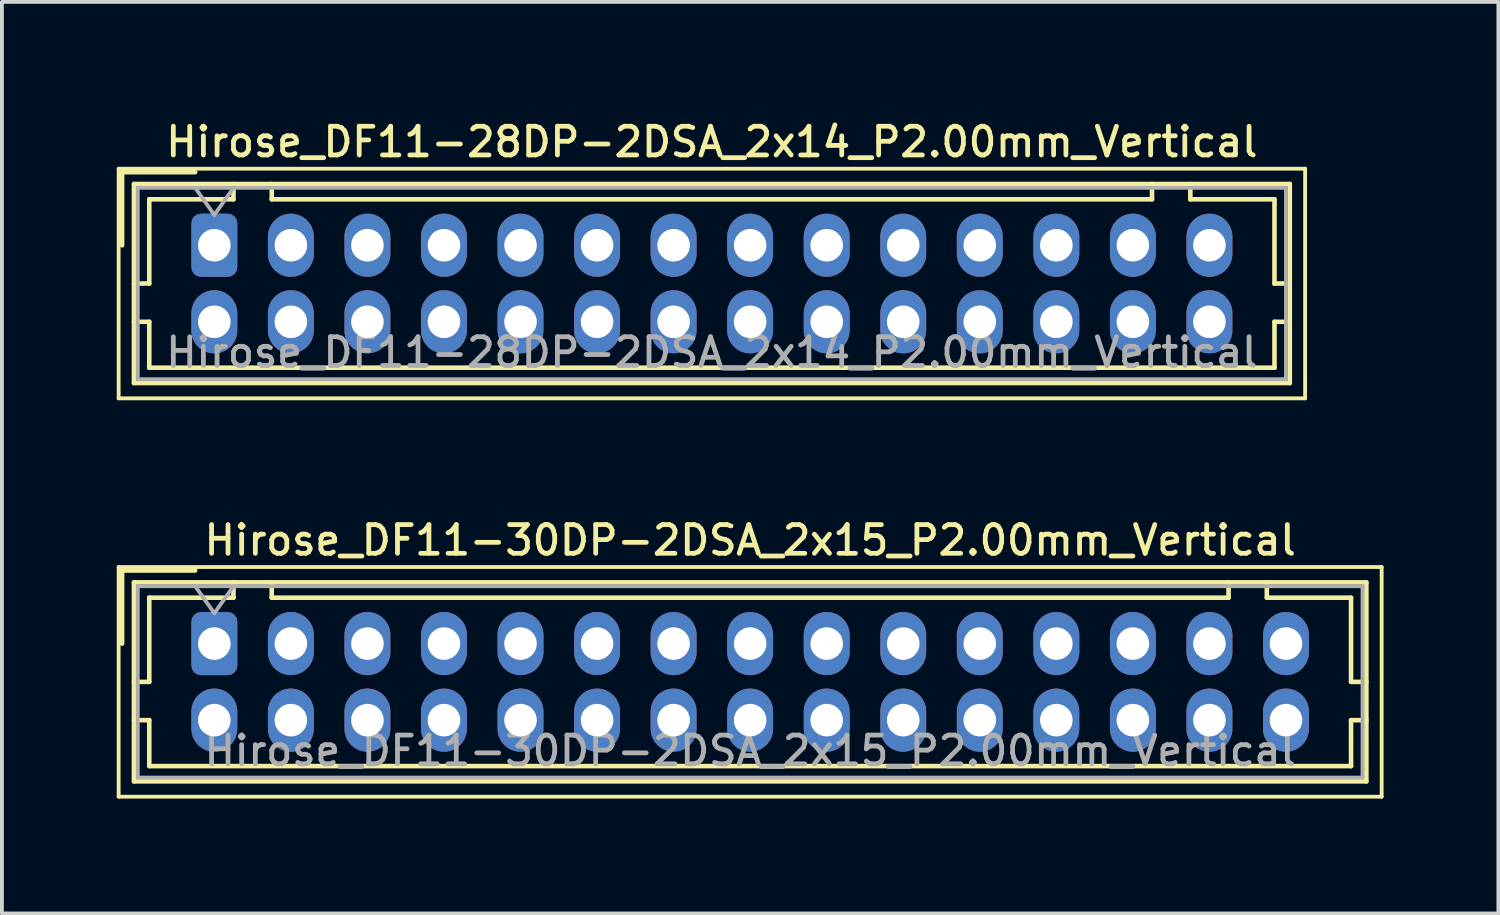
<source format=kicad_pcb>
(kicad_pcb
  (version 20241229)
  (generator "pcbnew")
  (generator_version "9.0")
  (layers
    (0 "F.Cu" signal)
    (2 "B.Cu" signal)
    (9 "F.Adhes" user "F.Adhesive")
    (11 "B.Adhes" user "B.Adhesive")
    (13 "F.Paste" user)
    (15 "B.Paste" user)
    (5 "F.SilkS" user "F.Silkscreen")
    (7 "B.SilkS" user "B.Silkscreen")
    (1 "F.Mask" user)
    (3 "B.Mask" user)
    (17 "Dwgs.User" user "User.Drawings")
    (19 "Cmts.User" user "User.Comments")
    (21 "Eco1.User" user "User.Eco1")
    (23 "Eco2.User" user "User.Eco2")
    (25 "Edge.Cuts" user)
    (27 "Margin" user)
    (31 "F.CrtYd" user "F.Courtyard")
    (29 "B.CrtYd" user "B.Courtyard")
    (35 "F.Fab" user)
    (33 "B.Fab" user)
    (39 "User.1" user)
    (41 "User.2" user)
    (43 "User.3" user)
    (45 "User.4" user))
  (footprint "Hirose_DF11-28DP-2DSA_2x14_P2.00mm_Vertical"
    (layer "F.Cu")
    (at 2.55 3.358)
    (property "Reference" "Hirose_DF11-28DP-2DSA_2x14_P2.00mm_Vertical" (at 13 -2.7 0) (layer "F.SilkS") (effects (font (size 0.75 0.75) (thickness 0.125))))
    (attr through_hole)
    (fp_line (start -2.5 -2) (end -2.5 4) (stroke (width 0.1) (type solid)) (layer "F.SilkS"))
    (fp_line (start -2.5 4) (end 28.5 4) (stroke (width 0.1) (type solid)) (layer "F.SilkS"))
    (fp_line (start -2.41 -1.91) (end -0.5 -1.91) (stroke (width 0.12) (type solid)) (layer "F.SilkS"))
    (fp_line (start -2.41 0) (end -2.41 -1.91) (stroke (width 0.12) (type solid)) (layer "F.SilkS"))
    (fp_line (start -2.1 -1.6) (end -2.1 3.6) (stroke (width 0.12) (type solid)) (layer "F.SilkS"))
    (fp_line (start -2.1 1) (end -1.7 1) (stroke (width 0.12) (type solid)) (layer "F.SilkS"))
    (fp_line (start -2.1 2) (end -1.7 2) (stroke (width 0.12) (type solid)) (layer "F.SilkS"))
    (fp_line (start -2.1 3.6) (end 28.1 3.6) (stroke (width 0.12) (type solid)) (layer "F.SilkS"))
    (fp_line (start -1.7 -1.2) (end 0.5 -1.2) (stroke (width 0.12) (type solid)) (layer "F.SilkS"))
    (fp_line (start -1.7 1) (end -1.7 -1.2) (stroke (width 0.12) (type solid)) (layer "F.SilkS"))
    (fp_line (start -1.7 2) (end -1.7 3.2) (stroke (width 0.12) (type solid)) (layer "F.SilkS"))
    (fp_line (start -1.7 3.2) (end 27.7 3.2) (stroke (width 0.12) (type solid)) (layer "F.SilkS"))
    (fp_line (start 0.5 -1.2) (end 0.5 -1.6) (stroke (width 0.12) (type solid)) (layer "F.SilkS"))
    (fp_line (start 1.5 -1.6) (end 1.5 -1.2) (stroke (width 0.12) (type solid)) (layer "F.SilkS"))
    (fp_line (start 1.5 -1.2) (end 24.5 -1.2) (stroke (width 0.12) (type solid)) (layer "F.SilkS"))
    (fp_line (start 24.5 -1.2) (end 24.5 -1.6) (stroke (width 0.12) (type solid)) (layer "F.SilkS"))
    (fp_line (start 25.5 -1.2) (end 25.5 -1.6) (stroke (width 0.12) (type solid)) (layer "F.SilkS"))
    (fp_line (start 27.7 -1.2) (end 25.5 -1.2) (stroke (width 0.12) (type solid)) (layer "F.SilkS"))
    (fp_line (start 27.7 1) (end 27.7 -1.2) (stroke (width 0.12) (type solid)) (layer "F.SilkS"))
    (fp_line (start 27.7 2) (end 28.1 2) (stroke (width 0.12) (type solid)) (layer "F.SilkS"))
    (fp_line (start 27.7 3.2) (end 27.7 2) (stroke (width 0.12) (type solid)) (layer "F.SilkS"))
    (fp_line (start 28.1 -1.6) (end -2.1 -1.6) (stroke (width 0.12) (type solid)) (layer "F.SilkS"))
    (fp_line (start 28.1 1) (end 27.7 1) (stroke (width 0.12) (type solid)) (layer "F.SilkS"))
    (fp_line (start 28.1 3.6) (end 28.1 -1.6) (stroke (width 0.12) (type solid)) (layer "F.SilkS"))
    (fp_line (start 28.5 -2) (end -2.5 -2) (stroke (width 0.1) (type solid)) (layer "F.SilkS"))
    (fp_line (start 28.5 4) (end 28.5 -2) (stroke (width 0.1) (type solid)) (layer "F.SilkS"))
    (fp_line (start -2 -1.5) (end -2 3.5) (stroke (width 0.1) (type solid)) (layer "F.Fab"))
    (fp_line (start -2 3.5) (end 28 3.5) (stroke (width 0.1) (type solid)) (layer "F.Fab"))
    (fp_line (start -0.5 -1.5) (end 0 -0.793) (stroke (width 0.1) (type solid)) (layer "F.Fab"))
    (fp_line (start 0 -0.793) (end 0.5 -1.5) (stroke (width 0.1) (type solid)) (layer "F.Fab"))
    (fp_line (start 28 -1.5) (end -2 -1.5) (stroke (width 0.1) (type solid)) (layer "F.Fab"))
    (fp_line (start 28 3.5) (end 28 -1.5) (stroke (width 0.1) (type solid)) (layer "F.Fab"))
    (fp_text user "${REFERENCE}" (at 13 2.8 0) (layer "F.Fab") (effects (font (size 0.75 0.75) (thickness 0.125))))
    (pad "1" thru_hole roundrect (at 0 0) (size 1.2 1.65) (drill 0.85) (layers "*.Cu" "*.Mask") (roundrect_rratio 0.208))
    (pad "2" thru_hole oval (at 0 2) (size 1.2 1.65) (drill 0.85) (layers "*.Cu" "*.Mask"))
    (pad "3" thru_hole oval (at 2 0) (size 1.2 1.65) (drill 0.85) (layers "*.Cu" "*.Mask"))
    (pad "4" thru_hole oval (at 2 2) (size 1.2 1.65) (drill 0.85) (layers "*.Cu" "*.Mask"))
    (pad "5" thru_hole oval (at 4 0) (size 1.2 1.65) (drill 0.85) (layers "*.Cu" "*.Mask"))
    (pad "6" thru_hole oval (at 4 2) (size 1.2 1.65) (drill 0.85) (layers "*.Cu" "*.Mask"))
    (pad "7" thru_hole oval (at 6 0) (size 1.2 1.65) (drill 0.85) (layers "*.Cu" "*.Mask"))
    (pad "8" thru_hole oval (at 6 2) (size 1.2 1.65) (drill 0.85) (layers "*.Cu" "*.Mask"))
    (pad "9" thru_hole oval (at 8 0) (size 1.2 1.65) (drill 0.85) (layers "*.Cu" "*.Mask"))
    (pad "10" thru_hole oval (at 8 2) (size 1.2 1.65) (drill 0.85) (layers "*.Cu" "*.Mask"))
    (pad "11" thru_hole oval (at 10 0) (size 1.2 1.65) (drill 0.85) (layers "*.Cu" "*.Mask"))
    (pad "12" thru_hole oval (at 10 2) (size 1.2 1.65) (drill 0.85) (layers "*.Cu" "*.Mask"))
    (pad "13" thru_hole oval (at 12 0) (size 1.2 1.65) (drill 0.85) (layers "*.Cu" "*.Mask"))
    (pad "14" thru_hole oval (at 12 2) (size 1.2 1.65) (drill 0.85) (layers "*.Cu" "*.Mask"))
    (pad "15" thru_hole oval (at 14 0) (size 1.2 1.65) (drill 0.85) (layers "*.Cu" "*.Mask"))
    (pad "16" thru_hole oval (at 14 2) (size 1.2 1.65) (drill 0.85) (layers "*.Cu" "*.Mask"))
    (pad "17" thru_hole oval (at 16 0) (size 1.2 1.65) (drill 0.85) (layers "*.Cu" "*.Mask"))
    (pad "18" thru_hole oval (at 16 2) (size 1.2 1.65) (drill 0.85) (layers "*.Cu" "*.Mask"))
    (pad "19" thru_hole oval (at 18 0) (size 1.2 1.65) (drill 0.85) (layers "*.Cu" "*.Mask"))
    (pad "20" thru_hole oval (at 18 2) (size 1.2 1.65) (drill 0.85) (layers "*.Cu" "*.Mask"))
    (pad "21" thru_hole oval (at 20 0) (size 1.2 1.65) (drill 0.85) (layers "*.Cu" "*.Mask"))
    (pad "22" thru_hole oval (at 20 2) (size 1.2 1.65) (drill 0.85) (layers "*.Cu" "*.Mask"))
    (pad "23" thru_hole oval (at 22 0) (size 1.2 1.65) (drill 0.85) (layers "*.Cu" "*.Mask"))
    (pad "24" thru_hole oval (at 22 2) (size 1.2 1.65) (drill 0.85) (layers "*.Cu" "*.Mask"))
    (pad "25" thru_hole oval (at 24 0) (size 1.2 1.65) (drill 0.85) (layers "*.Cu" "*.Mask"))
    (pad "26" thru_hole oval (at 24 2) (size 1.2 1.65) (drill 0.85) (layers "*.Cu" "*.Mask"))
    (pad "27" thru_hole oval (at 26 0) (size 1.2 1.65) (drill 0.85) (layers "*.Cu" "*.Mask"))
    (pad "28" thru_hole oval (at 26 2) (size 1.2 1.65) (drill 0.85) (layers "*.Cu" "*.Mask")))
  (footprint "Hirose_DF11-30DP-2DSA_2x15_P2.00mm_Vertical"
    (layer "F.Cu")
    (at 2.55 13.766)
    (property "Reference" "Hirose_DF11-30DP-2DSA_2x15_P2.00mm_Vertical" (at 14 -2.7 0) (layer "F.SilkS") (effects (font (size 0.75 0.75) (thickness 0.125))))
    (attr through_hole)
    (fp_line (start -2.5 -2) (end -2.5 4) (stroke (width 0.1) (type solid)) (layer "F.SilkS"))
    (fp_line (start -2.5 4) (end 30.5 4) (stroke (width 0.1) (type solid)) (layer "F.SilkS"))
    (fp_line (start -2.41 -1.91) (end -0.5 -1.91) (stroke (width 0.12) (type solid)) (layer "F.SilkS"))
    (fp_line (start -2.41 0) (end -2.41 -1.91) (stroke (width 0.12) (type solid)) (layer "F.SilkS"))
    (fp_line (start -2.1 -1.6) (end -2.1 3.6) (stroke (width 0.12) (type solid)) (layer "F.SilkS"))
    (fp_line (start -2.1 1) (end -1.7 1) (stroke (width 0.12) (type solid)) (layer "F.SilkS"))
    (fp_line (start -2.1 2) (end -1.7 2) (stroke (width 0.12) (type solid)) (layer "F.SilkS"))
    (fp_line (start -2.1 3.6) (end 30.1 3.6) (stroke (width 0.12) (type solid)) (layer "F.SilkS"))
    (fp_line (start -1.7 -1.2) (end 0.5 -1.2) (stroke (width 0.12) (type solid)) (layer "F.SilkS"))
    (fp_line (start -1.7 1) (end -1.7 -1.2) (stroke (width 0.12) (type solid)) (layer "F.SilkS"))
    (fp_line (start -1.7 2) (end -1.7 3.2) (stroke (width 0.12) (type solid)) (layer "F.SilkS"))
    (fp_line (start -1.7 3.2) (end 29.7 3.2) (stroke (width 0.12) (type solid)) (layer "F.SilkS"))
    (fp_line (start 0.5 -1.2) (end 0.5 -1.6) (stroke (width 0.12) (type solid)) (layer "F.SilkS"))
    (fp_line (start 1.5 -1.6) (end 1.5 -1.2) (stroke (width 0.12) (type solid)) (layer "F.SilkS"))
    (fp_line (start 1.5 -1.2) (end 26.5 -1.2) (stroke (width 0.12) (type solid)) (layer "F.SilkS"))
    (fp_line (start 26.5 -1.2) (end 26.5 -1.6) (stroke (width 0.12) (type solid)) (layer "F.SilkS"))
    (fp_line (start 27.5 -1.2) (end 27.5 -1.6) (stroke (width 0.12) (type solid)) (layer "F.SilkS"))
    (fp_line (start 29.7 -1.2) (end 27.5 -1.2) (stroke (width 0.12) (type solid)) (layer "F.SilkS"))
    (fp_line (start 29.7 1) (end 29.7 -1.2) (stroke (width 0.12) (type solid)) (layer "F.SilkS"))
    (fp_line (start 29.7 2) (end 30.1 2) (stroke (width 0.12) (type solid)) (layer "F.SilkS"))
    (fp_line (start 29.7 3.2) (end 29.7 2) (stroke (width 0.12) (type solid)) (layer "F.SilkS"))
    (fp_line (start 30.1 -1.6) (end -2.1 -1.6) (stroke (width 0.12) (type solid)) (layer "F.SilkS"))
    (fp_line (start 30.1 1) (end 29.7 1) (stroke (width 0.12) (type solid)) (layer "F.SilkS"))
    (fp_line (start 30.1 3.6) (end 30.1 -1.6) (stroke (width 0.12) (type solid)) (layer "F.SilkS"))
    (fp_line (start 30.5 -2) (end -2.5 -2) (stroke (width 0.1) (type solid)) (layer "F.SilkS"))
    (fp_line (start 30.5 4) (end 30.5 -2) (stroke (width 0.1) (type solid)) (layer "F.SilkS"))
    (fp_line (start -2 -1.5) (end -2 3.5) (stroke (width 0.1) (type solid)) (layer "F.Fab"))
    (fp_line (start -2 3.5) (end 30 3.5) (stroke (width 0.1) (type solid)) (layer "F.Fab"))
    (fp_line (start -0.5 -1.5) (end 0 -0.793) (stroke (width 0.1) (type solid)) (layer "F.Fab"))
    (fp_line (start 0 -0.793) (end 0.5 -1.5) (stroke (width 0.1) (type solid)) (layer "F.Fab"))
    (fp_line (start 30 -1.5) (end -2 -1.5) (stroke (width 0.1) (type solid)) (layer "F.Fab"))
    (fp_line (start 30 3.5) (end 30 -1.5) (stroke (width 0.1) (type solid)) (layer "F.Fab"))
    (fp_text user "${REFERENCE}" (at 14 2.8 0) (layer "F.Fab") (effects (font (size 0.75 0.75) (thickness 0.125))))
    (pad "1" thru_hole roundrect (at 0 0) (size 1.2 1.65) (drill 0.85) (layers "*.Cu" "*.Mask") (roundrect_rratio 0.208))
    (pad "2" thru_hole oval (at 0 2) (size 1.2 1.65) (drill 0.85) (layers "*.Cu" "*.Mask"))
    (pad "3" thru_hole oval (at 2 0) (size 1.2 1.65) (drill 0.85) (layers "*.Cu" "*.Mask"))
    (pad "4" thru_hole oval (at 2 2) (size 1.2 1.65) (drill 0.85) (layers "*.Cu" "*.Mask"))
    (pad "5" thru_hole oval (at 4 0) (size 1.2 1.65) (drill 0.85) (layers "*.Cu" "*.Mask"))
    (pad "6" thru_hole oval (at 4 2) (size 1.2 1.65) (drill 0.85) (layers "*.Cu" "*.Mask"))
    (pad "7" thru_hole oval (at 6 0) (size 1.2 1.65) (drill 0.85) (layers "*.Cu" "*.Mask"))
    (pad "8" thru_hole oval (at 6 2) (size 1.2 1.65) (drill 0.85) (layers "*.Cu" "*.Mask"))
    (pad "9" thru_hole oval (at 8 0) (size 1.2 1.65) (drill 0.85) (layers "*.Cu" "*.Mask"))
    (pad "10" thru_hole oval (at 8 2) (size 1.2 1.65) (drill 0.85) (layers "*.Cu" "*.Mask"))
    (pad "11" thru_hole oval (at 10 0) (size 1.2 1.65) (drill 0.85) (layers "*.Cu" "*.Mask"))
    (pad "12" thru_hole oval (at 10 2) (size 1.2 1.65) (drill 0.85) (layers "*.Cu" "*.Mask"))
    (pad "13" thru_hole oval (at 12 0) (size 1.2 1.65) (drill 0.85) (layers "*.Cu" "*.Mask"))
    (pad "14" thru_hole oval (at 12 2) (size 1.2 1.65) (drill 0.85) (layers "*.Cu" "*.Mask"))
    (pad "15" thru_hole oval (at 14 0) (size 1.2 1.65) (drill 0.85) (layers "*.Cu" "*.Mask"))
    (pad "16" thru_hole oval (at 14 2) (size 1.2 1.65) (drill 0.85) (layers "*.Cu" "*.Mask"))
    (pad "17" thru_hole oval (at 16 0) (size 1.2 1.65) (drill 0.85) (layers "*.Cu" "*.Mask"))
    (pad "18" thru_hole oval (at 16 2) (size 1.2 1.65) (drill 0.85) (layers "*.Cu" "*.Mask"))
    (pad "19" thru_hole oval (at 18 0) (size 1.2 1.65) (drill 0.85) (layers "*.Cu" "*.Mask"))
    (pad "20" thru_hole oval (at 18 2) (size 1.2 1.65) (drill 0.85) (layers "*.Cu" "*.Mask"))
    (pad "21" thru_hole oval (at 20 0) (size 1.2 1.65) (drill 0.85) (layers "*.Cu" "*.Mask"))
    (pad "22" thru_hole oval (at 20 2) (size 1.2 1.65) (drill 0.85) (layers "*.Cu" "*.Mask"))
    (pad "23" thru_hole oval (at 22 0) (size 1.2 1.65) (drill 0.85) (layers "*.Cu" "*.Mask"))
    (pad "24" thru_hole oval (at 22 2) (size 1.2 1.65) (drill 0.85) (layers "*.Cu" "*.Mask"))
    (pad "25" thru_hole oval (at 24 0) (size 1.2 1.65) (drill 0.85) (layers "*.Cu" "*.Mask"))
    (pad "26" thru_hole oval (at 24 2) (size 1.2 1.65) (drill 0.85) (layers "*.Cu" "*.Mask"))
    (pad "27" thru_hole oval (at 26 0) (size 1.2 1.65) (drill 0.85) (layers "*.Cu" "*.Mask"))
    (pad "28" thru_hole oval (at 26 2) (size 1.2 1.65) (drill 0.85) (layers "*.Cu" "*.Mask"))
    (pad "29" thru_hole oval (at 28 0) (size 1.2 1.65) (drill 0.85) (layers "*.Cu" "*.Mask"))
    (pad "30" thru_hole oval (at 28 2) (size 1.2 1.65) (drill 0.85) (layers "*.Cu" "*.Mask")))
  (gr_rect
    (start -3 -3)
    (end 36.1 20.816)
    (stroke (width 0.1) (type default))
    (fill no)
    (layer "Edge.Cuts")))
</source>
